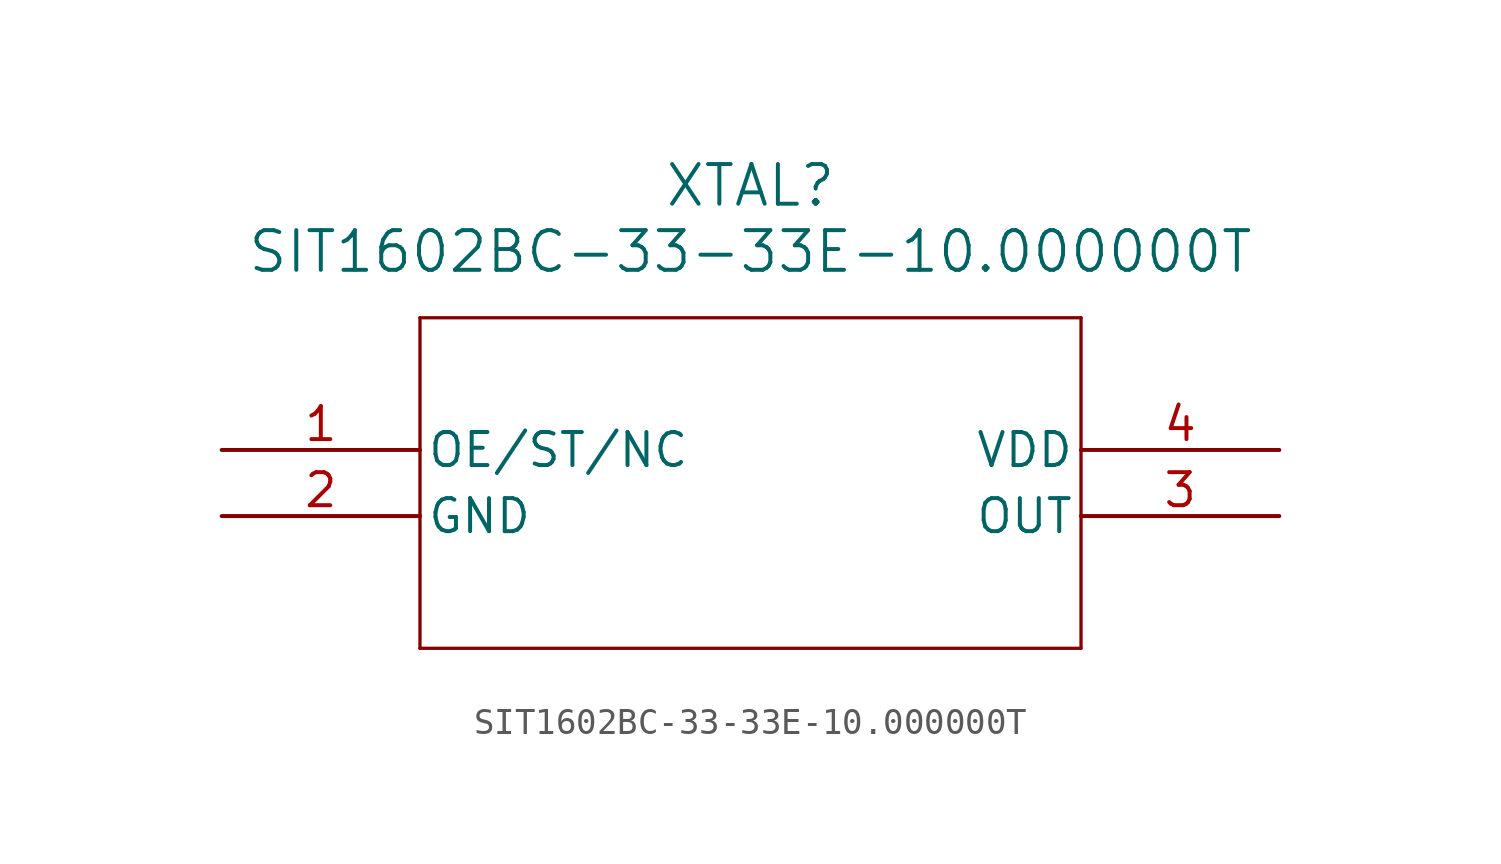
<source format=kicad_sym>
(kicad_symbol_lib
  (version 20211014)
  (generator kicad_symbol_editor)
  (symbol "SIT1602BC-33-33E-10.000000T"
    (pin_names
      (offset 0.254))
    (property "Reference" "XTAL"
      (at 20.32 10.16 0)
      (effects (font (size 1.524 1.524))))
    (property "Value" "SIT1602BC-33-33E-10.000000T"
      (at 20.32 7.62 0)
      (effects (font (size 1.524 1.524))))
    (symbol "SIT1602BC-33-33E-10.000000T_0_1"
      (polyline (pts (xy 7.62 5.08) (xy 7.62 -7.62)) (stroke (width 0.127) (type default) (color 0 0 0 0)) (fill (type none)))
      (polyline (pts (xy 7.62 -7.62) (xy 33.02 -7.62)) (stroke (width 0.127) (type default) (color 0 0 0 0)) (fill (type none)))
      (polyline (pts (xy 33.02 -7.62) (xy 33.02 5.08)) (stroke (width 0.127) (type default) (color 0 0 0 0)) (fill (type none)))
      (polyline (pts (xy 33.02 5.08) (xy 7.62 5.08)) (stroke (width 0.127) (type default) (color 0 0 0 0)) (fill (type none)))
      (pin unspecified line (at 0 0 0) (length 7.62) (name "OE/ST/NC" (effects (font (size 1.27 1.27)))) (number "1" (effects (font (size 1.27 1.27)))))
      (pin power_out line (at 0 -2.54 0) (length 7.62) (name "GND" (effects (font (size 1.27 1.27)))) (number "2" (effects (font (size 1.27 1.27)))))
      (pin output line (at 40.64 -2.54 180) (length 7.62) (name "OUT" (effects (font (size 1.27 1.27)))) (number "3" (effects (font (size 1.27 1.27)))))
      (pin power_in line (at 40.64 0 180) (length 7.62) (name "VDD" (effects (font (size 1.27 1.27)))) (number "4" (effects (font (size 1.27 1.27))))))))
</source>
